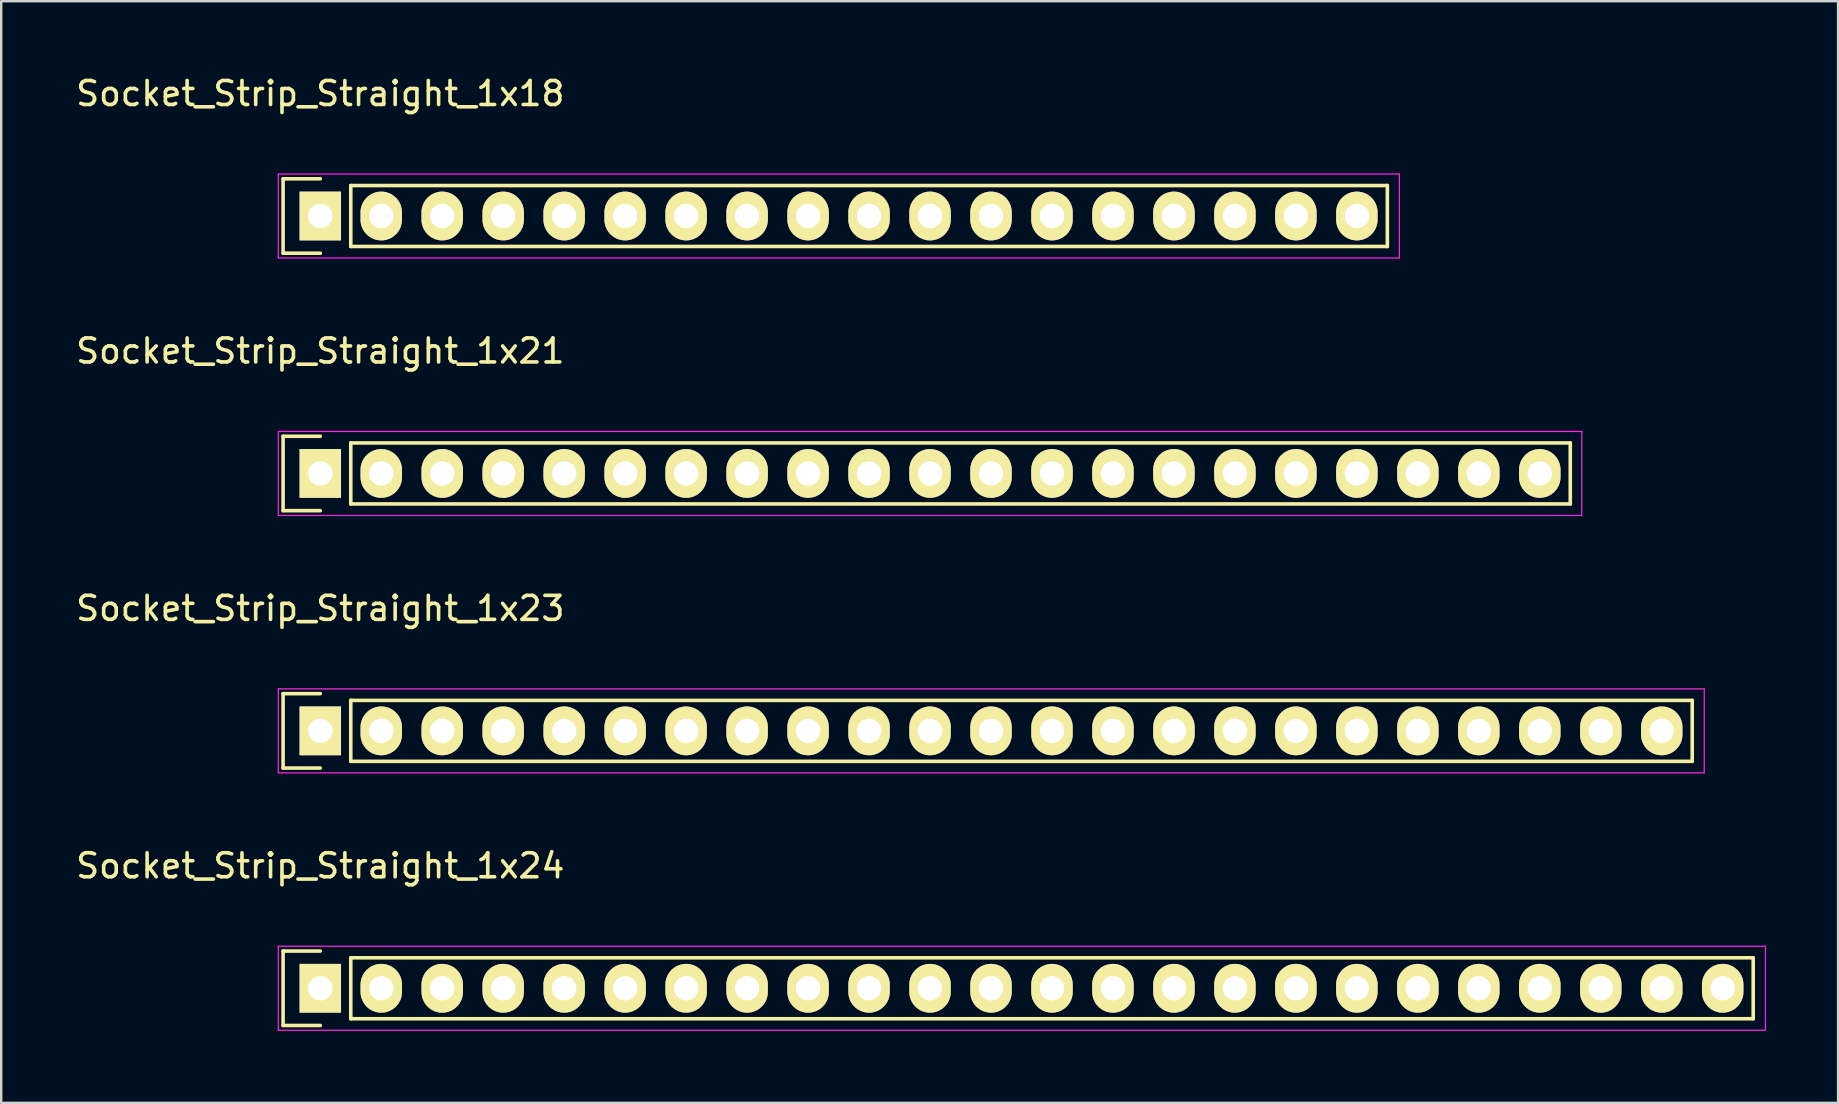
<source format=kicad_pcb>
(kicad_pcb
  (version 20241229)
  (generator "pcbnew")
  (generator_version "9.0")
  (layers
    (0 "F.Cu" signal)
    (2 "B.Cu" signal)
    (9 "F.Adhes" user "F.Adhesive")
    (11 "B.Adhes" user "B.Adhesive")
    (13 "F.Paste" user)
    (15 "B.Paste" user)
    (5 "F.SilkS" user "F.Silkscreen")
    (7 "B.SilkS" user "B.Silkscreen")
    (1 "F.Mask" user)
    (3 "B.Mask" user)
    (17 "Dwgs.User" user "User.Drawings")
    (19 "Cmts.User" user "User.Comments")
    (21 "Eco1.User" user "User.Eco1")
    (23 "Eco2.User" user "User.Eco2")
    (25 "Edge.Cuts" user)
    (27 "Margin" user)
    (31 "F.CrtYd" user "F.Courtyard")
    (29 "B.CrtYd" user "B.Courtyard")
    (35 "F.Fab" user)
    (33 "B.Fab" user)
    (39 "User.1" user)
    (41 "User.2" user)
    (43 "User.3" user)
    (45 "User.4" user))
  (footprint "Socket_Strip_Straight_1x24"
    (layer "F.Cu")
    (at 10.292 38.118)
    (property "Reference" "Socket_Strip_Straight_1x24" (at 0 -5.1 0) (layer "F.SilkS") (effects (font (size 1 1) (thickness 0.15))))
    (attr through_hole)
    (fp_line (start -1.55 -1.55) (end -1.55 1.55) (stroke (width 0.15) (type solid)) (layer "F.SilkS"))
    (fp_line (start -1.55 1.55) (end 0 1.55) (stroke (width 0.15) (type solid)) (layer "F.SilkS"))
    (fp_line (start 0 -1.55) (end -1.55 -1.55) (stroke (width 0.15) (type solid)) (layer "F.SilkS"))
    (fp_line (start 1.27 -1.27) (end 59.69 -1.27) (stroke (width 0.15) (type solid)) (layer "F.SilkS"))
    (fp_line (start 1.27 1.27) (end 1.27 -1.27) (stroke (width 0.15) (type solid)) (layer "F.SilkS"))
    (fp_line (start 1.27 1.27) (end 59.69 1.27) (stroke (width 0.15) (type solid)) (layer "F.SilkS"))
    (fp_line (start 59.69 -1.27) (end 59.69 1.27) (stroke (width 0.15) (type solid)) (layer "F.SilkS"))
    (fp_line (start -1.75 -1.75) (end -1.75 1.75) (stroke (width 0.05) (type solid)) (layer "F.CrtYd"))
    (fp_line (start -1.75 -1.75) (end 60.2 -1.75) (stroke (width 0.05) (type solid)) (layer "F.CrtYd"))
    (fp_line (start -1.75 1.75) (end 60.2 1.75) (stroke (width 0.05) (type solid)) (layer "F.CrtYd"))
    (fp_line (start 60.2 -1.75) (end 60.2 1.75) (stroke (width 0.05) (type solid)) (layer "F.CrtYd"))
    (pad "1" thru_hole rect (at 0 0) (size 1.727 2.032) (drill 1.016) (layers "*.Cu" "*.Mask" "F.SilkS"))
    (pad "2" thru_hole oval (at 2.54 0) (size 1.727 2.032) (drill 1.016) (layers "*.Cu" "*.Mask" "F.SilkS"))
    (pad "3" thru_hole oval (at 5.08 0) (size 1.727 2.032) (drill 1.016) (layers "*.Cu" "*.Mask" "F.SilkS"))
    (pad "4" thru_hole oval (at 7.62 0) (size 1.727 2.032) (drill 1.016) (layers "*.Cu" "*.Mask" "F.SilkS"))
    (pad "5" thru_hole oval (at 10.16 0) (size 1.727 2.032) (drill 1.016) (layers "*.Cu" "*.Mask" "F.SilkS"))
    (pad "6" thru_hole oval (at 12.7 0) (size 1.727 2.032) (drill 1.016) (layers "*.Cu" "*.Mask" "F.SilkS"))
    (pad "7" thru_hole oval (at 15.24 0) (size 1.727 2.032) (drill 1.016) (layers "*.Cu" "*.Mask" "F.SilkS"))
    (pad "8" thru_hole oval (at 17.78 0) (size 1.727 2.032) (drill 1.016) (layers "*.Cu" "*.Mask" "F.SilkS"))
    (pad "9" thru_hole oval (at 20.32 0) (size 1.727 2.032) (drill 1.016) (layers "*.Cu" "*.Mask" "F.SilkS"))
    (pad "10" thru_hole oval (at 22.86 0) (size 1.727 2.032) (drill 1.016) (layers "*.Cu" "*.Mask" "F.SilkS"))
    (pad "11" thru_hole oval (at 25.4 0) (size 1.727 2.032) (drill 1.016) (layers "*.Cu" "*.Mask" "F.SilkS"))
    (pad "12" thru_hole oval (at 27.94 0) (size 1.727 2.032) (drill 1.016) (layers "*.Cu" "*.Mask" "F.SilkS"))
    (pad "13" thru_hole oval (at 30.48 0) (size 1.727 2.032) (drill 1.016) (layers "*.Cu" "*.Mask" "F.SilkS"))
    (pad "14" thru_hole oval (at 33.02 0) (size 1.727 2.032) (drill 1.016) (layers "*.Cu" "*.Mask" "F.SilkS"))
    (pad "15" thru_hole oval (at 35.56 0) (size 1.727 2.032) (drill 1.016) (layers "*.Cu" "*.Mask" "F.SilkS"))
    (pad "16" thru_hole oval (at 38.1 0) (size 1.727 2.032) (drill 1.016) (layers "*.Cu" "*.Mask" "F.SilkS"))
    (pad "17" thru_hole oval (at 40.64 0) (size 1.727 2.032) (drill 1.016) (layers "*.Cu" "*.Mask" "F.SilkS"))
    (pad "18" thru_hole oval (at 43.18 0) (size 1.727 2.032) (drill 1.016) (layers "*.Cu" "*.Mask" "F.SilkS"))
    (pad "19" thru_hole oval (at 45.72 0) (size 1.727 2.032) (drill 1.016) (layers "*.Cu" "*.Mask" "F.SilkS"))
    (pad "20" thru_hole oval (at 48.26 0) (size 1.727 2.032) (drill 1.016) (layers "*.Cu" "*.Mask" "F.SilkS"))
    (pad "21" thru_hole oval (at 50.8 0) (size 1.727 2.032) (drill 1.016) (layers "*.Cu" "*.Mask" "F.SilkS"))
    (pad "22" thru_hole oval (at 53.34 0) (size 1.727 2.032) (drill 1.016) (layers "*.Cu" "*.Mask" "F.SilkS"))
    (pad "23" thru_hole oval (at 55.88 0) (size 1.727 2.032) (drill 1.016) (layers "*.Cu" "*.Mask" "F.SilkS"))
    (pad "24" thru_hole oval (at 58.42 0) (size 1.727 2.032) (drill 1.016) (layers "*.Cu" "*.Mask" "F.SilkS")))
  (footprint "Socket_Strip_Straight_1x23"
    (layer "F.Cu")
    (at 10.292 27.395)
    (property "Reference" "Socket_Strip_Straight_1x23" (at 0 -5.1 0) (layer "F.SilkS") (effects (font (size 1 1) (thickness 0.15))))
    (attr through_hole)
    (fp_line (start -1.55 -1.55) (end -1.55 1.55) (stroke (width 0.15) (type solid)) (layer "F.SilkS"))
    (fp_line (start -1.55 1.55) (end 0 1.55) (stroke (width 0.15) (type solid)) (layer "F.SilkS"))
    (fp_line (start 0 -1.55) (end -1.55 -1.55) (stroke (width 0.15) (type solid)) (layer "F.SilkS"))
    (fp_line (start 1.27 -1.27) (end 57.15 -1.27) (stroke (width 0.15) (type solid)) (layer "F.SilkS"))
    (fp_line (start 1.27 1.27) (end 1.27 -1.27) (stroke (width 0.15) (type solid)) (layer "F.SilkS"))
    (fp_line (start 57.15 -1.27) (end 57.15 1.27) (stroke (width 0.15) (type solid)) (layer "F.SilkS"))
    (fp_line (start 57.15 1.27) (end 1.27 1.27) (stroke (width 0.15) (type solid)) (layer "F.SilkS"))
    (fp_line (start -1.75 -1.75) (end -1.75 1.75) (stroke (width 0.05) (type solid)) (layer "F.CrtYd"))
    (fp_line (start -1.75 -1.75) (end 57.65 -1.75) (stroke (width 0.05) (type solid)) (layer "F.CrtYd"))
    (fp_line (start -1.75 1.75) (end 57.65 1.75) (stroke (width 0.05) (type solid)) (layer "F.CrtYd"))
    (fp_line (start 57.65 -1.75) (end 57.65 1.75) (stroke (width 0.05) (type solid)) (layer "F.CrtYd"))
    (pad "1" thru_hole rect (at 0 0) (size 1.727 2.032) (drill 1.016) (layers "*.Cu" "*.Mask" "F.SilkS"))
    (pad "2" thru_hole oval (at 2.54 0) (size 1.727 2.032) (drill 1.016) (layers "*.Cu" "*.Mask" "F.SilkS"))
    (pad "3" thru_hole oval (at 5.08 0) (size 1.727 2.032) (drill 1.016) (layers "*.Cu" "*.Mask" "F.SilkS"))
    (pad "4" thru_hole oval (at 7.62 0) (size 1.727 2.032) (drill 1.016) (layers "*.Cu" "*.Mask" "F.SilkS"))
    (pad "5" thru_hole oval (at 10.16 0) (size 1.727 2.032) (drill 1.016) (layers "*.Cu" "*.Mask" "F.SilkS"))
    (pad "6" thru_hole oval (at 12.7 0) (size 1.727 2.032) (drill 1.016) (layers "*.Cu" "*.Mask" "F.SilkS"))
    (pad "7" thru_hole oval (at 15.24 0) (size 1.727 2.032) (drill 1.016) (layers "*.Cu" "*.Mask" "F.SilkS"))
    (pad "8" thru_hole oval (at 17.78 0) (size 1.727 2.032) (drill 1.016) (layers "*.Cu" "*.Mask" "F.SilkS"))
    (pad "9" thru_hole oval (at 20.32 0) (size 1.727 2.032) (drill 1.016) (layers "*.Cu" "*.Mask" "F.SilkS"))
    (pad "10" thru_hole oval (at 22.86 0) (size 1.727 2.032) (drill 1.016) (layers "*.Cu" "*.Mask" "F.SilkS"))
    (pad "11" thru_hole oval (at 25.4 0) (size 1.727 2.032) (drill 1.016) (layers "*.Cu" "*.Mask" "F.SilkS"))
    (pad "12" thru_hole oval (at 27.94 0) (size 1.727 2.032) (drill 1.016) (layers "*.Cu" "*.Mask" "F.SilkS"))
    (pad "13" thru_hole oval (at 30.48 0) (size 1.727 2.032) (drill 1.016) (layers "*.Cu" "*.Mask" "F.SilkS"))
    (pad "14" thru_hole oval (at 33.02 0) (size 1.727 2.032) (drill 1.016) (layers "*.Cu" "*.Mask" "F.SilkS"))
    (pad "15" thru_hole oval (at 35.56 0) (size 1.727 2.032) (drill 1.016) (layers "*.Cu" "*.Mask" "F.SilkS"))
    (pad "16" thru_hole oval (at 38.1 0) (size 1.727 2.032) (drill 1.016) (layers "*.Cu" "*.Mask" "F.SilkS"))
    (pad "17" thru_hole oval (at 40.64 0) (size 1.727 2.032) (drill 1.016) (layers "*.Cu" "*.Mask" "F.SilkS"))
    (pad "18" thru_hole oval (at 43.18 0) (size 1.727 2.032) (drill 1.016) (layers "*.Cu" "*.Mask" "F.SilkS"))
    (pad "19" thru_hole oval (at 45.72 0) (size 1.727 2.032) (drill 1.016) (layers "*.Cu" "*.Mask" "F.SilkS"))
    (pad "20" thru_hole oval (at 48.26 0) (size 1.727 2.032) (drill 1.016) (layers "*.Cu" "*.Mask" "F.SilkS"))
    (pad "21" thru_hole oval (at 50.8 0) (size 1.727 2.032) (drill 1.016) (layers "*.Cu" "*.Mask" "F.SilkS"))
    (pad "22" thru_hole oval (at 53.34 0) (size 1.727 2.032) (drill 1.016) (layers "*.Cu" "*.Mask" "F.SilkS"))
    (pad "23" thru_hole oval (at 55.88 0) (size 1.727 2.032) (drill 1.016) (layers "*.Cu" "*.Mask" "F.SilkS")))
  (footprint "Socket_Strip_Straight_1x18"
    (layer "F.Cu")
    (at 10.292 5.948)
    (property "Reference" "Socket_Strip_Straight_1x18" (at 0 -5.1 0) (layer "F.SilkS") (effects (font (size 1 1) (thickness 0.15))))
    (attr through_hole)
    (fp_line (start -1.55 -1.55) (end -1.55 1.55) (stroke (width 0.15) (type solid)) (layer "F.SilkS"))
    (fp_line (start -1.55 1.55) (end 0 1.55) (stroke (width 0.15) (type solid)) (layer "F.SilkS"))
    (fp_line (start 0 -1.55) (end -1.55 -1.55) (stroke (width 0.15) (type solid)) (layer "F.SilkS"))
    (fp_line (start 1.27 1.27) (end 1.27 -1.27) (stroke (width 0.15) (type solid)) (layer "F.SilkS"))
    (fp_line (start 1.27 1.27) (end 44.45 1.27) (stroke (width 0.15) (type solid)) (layer "F.SilkS"))
    (fp_line (start 44.45 -1.27) (end 1.27 -1.27) (stroke (width 0.15) (type solid)) (layer "F.SilkS"))
    (fp_line (start 44.45 1.27) (end 44.45 -1.27) (stroke (width 0.15) (type solid)) (layer "F.SilkS"))
    (fp_line (start -1.75 -1.75) (end -1.75 1.75) (stroke (width 0.05) (type solid)) (layer "F.CrtYd"))
    (fp_line (start -1.75 -1.75) (end 44.95 -1.75) (stroke (width 0.05) (type solid)) (layer "F.CrtYd"))
    (fp_line (start -1.75 1.75) (end 44.95 1.75) (stroke (width 0.05) (type solid)) (layer "F.CrtYd"))
    (fp_line (start 44.95 -1.75) (end 44.95 1.75) (stroke (width 0.05) (type solid)) (layer "F.CrtYd"))
    (pad "1" thru_hole rect (at 0 0) (size 1.727 2.032) (drill 1.016) (layers "*.Cu" "*.Mask" "F.SilkS"))
    (pad "2" thru_hole oval (at 2.54 0) (size 1.727 2.032) (drill 1.016) (layers "*.Cu" "*.Mask" "F.SilkS"))
    (pad "3" thru_hole oval (at 5.08 0) (size 1.727 2.032) (drill 1.016) (layers "*.Cu" "*.Mask" "F.SilkS"))
    (pad "4" thru_hole oval (at 7.62 0) (size 1.727 2.032) (drill 1.016) (layers "*.Cu" "*.Mask" "F.SilkS"))
    (pad "5" thru_hole oval (at 10.16 0) (size 1.727 2.032) (drill 1.016) (layers "*.Cu" "*.Mask" "F.SilkS"))
    (pad "6" thru_hole oval (at 12.7 0) (size 1.727 2.032) (drill 1.016) (layers "*.Cu" "*.Mask" "F.SilkS"))
    (pad "7" thru_hole oval (at 15.24 0) (size 1.727 2.032) (drill 1.016) (layers "*.Cu" "*.Mask" "F.SilkS"))
    (pad "8" thru_hole oval (at 17.78 0) (size 1.727 2.032) (drill 1.016) (layers "*.Cu" "*.Mask" "F.SilkS"))
    (pad "9" thru_hole oval (at 20.32 0) (size 1.727 2.032) (drill 1.016) (layers "*.Cu" "*.Mask" "F.SilkS"))
    (pad "10" thru_hole oval (at 22.86 0) (size 1.727 2.032) (drill 1.016) (layers "*.Cu" "*.Mask" "F.SilkS"))
    (pad "11" thru_hole oval (at 25.4 0) (size 1.727 2.032) (drill 1.016) (layers "*.Cu" "*.Mask" "F.SilkS"))
    (pad "12" thru_hole oval (at 27.94 0) (size 1.727 2.032) (drill 1.016) (layers "*.Cu" "*.Mask" "F.SilkS"))
    (pad "13" thru_hole oval (at 30.48 0) (size 1.727 2.032) (drill 1.016) (layers "*.Cu" "*.Mask" "F.SilkS"))
    (pad "14" thru_hole oval (at 33.02 0) (size 1.727 2.032) (drill 1.016) (layers "*.Cu" "*.Mask" "F.SilkS"))
    (pad "15" thru_hole oval (at 35.56 0) (size 1.727 2.032) (drill 1.016) (layers "*.Cu" "*.Mask" "F.SilkS"))
    (pad "16" thru_hole oval (at 38.1 0) (size 1.727 2.032) (drill 1.016) (layers "*.Cu" "*.Mask" "F.SilkS"))
    (pad "17" thru_hole oval (at 40.64 0) (size 1.727 2.032) (drill 1.016) (layers "*.Cu" "*.Mask" "F.SilkS"))
    (pad "18" thru_hole oval (at 43.18 0) (size 1.727 2.032) (drill 1.016) (layers "*.Cu" "*.Mask" "F.SilkS")))
  (footprint "Socket_Strip_Straight_1x21"
    (layer "F.Cu")
    (at 10.292 16.672)
    (property "Reference" "Socket_Strip_Straight_1x21" (at 0 -5.1 0) (layer "F.SilkS") (effects (font (size 1 1) (thickness 0.15))))
    (attr through_hole)
    (fp_line (start -1.55 -1.55) (end -1.55 1.55) (stroke (width 0.15) (type solid)) (layer "F.SilkS"))
    (fp_line (start -1.55 1.55) (end 0 1.55) (stroke (width 0.15) (type solid)) (layer "F.SilkS"))
    (fp_line (start 0 -1.55) (end -1.55 -1.55) (stroke (width 0.15) (type solid)) (layer "F.SilkS"))
    (fp_line (start 1.27 1.27) (end 1.27 -1.27) (stroke (width 0.15) (type solid)) (layer "F.SilkS"))
    (fp_line (start 1.27 1.27) (end 52.07 1.27) (stroke (width 0.15) (type solid)) (layer "F.SilkS"))
    (fp_line (start 52.07 -1.27) (end 1.27 -1.27) (stroke (width 0.15) (type solid)) (layer "F.SilkS"))
    (fp_line (start 52.07 1.27) (end 52.07 -1.27) (stroke (width 0.15) (type solid)) (layer "F.SilkS"))
    (fp_line (start -1.75 -1.75) (end -1.75 1.75) (stroke (width 0.05) (type solid)) (layer "F.CrtYd"))
    (fp_line (start -1.75 -1.75) (end 52.55 -1.75) (stroke (width 0.05) (type solid)) (layer "F.CrtYd"))
    (fp_line (start -1.75 1.75) (end 52.55 1.75) (stroke (width 0.05) (type solid)) (layer "F.CrtYd"))
    (fp_line (start 52.55 -1.75) (end 52.55 1.75) (stroke (width 0.05) (type solid)) (layer "F.CrtYd"))
    (pad "1" thru_hole rect (at 0 0) (size 1.727 2.032) (drill 1.016) (layers "*.Cu" "*.Mask" "F.SilkS"))
    (pad "2" thru_hole oval (at 2.54 0) (size 1.727 2.032) (drill 1.016) (layers "*.Cu" "*.Mask" "F.SilkS"))
    (pad "3" thru_hole oval (at 5.08 0) (size 1.727 2.032) (drill 1.016) (layers "*.Cu" "*.Mask" "F.SilkS"))
    (pad "4" thru_hole oval (at 7.62 0) (size 1.727 2.032) (drill 1.016) (layers "*.Cu" "*.Mask" "F.SilkS"))
    (pad "5" thru_hole oval (at 10.16 0) (size 1.727 2.032) (drill 1.016) (layers "*.Cu" "*.Mask" "F.SilkS"))
    (pad "6" thru_hole oval (at 12.7 0) (size 1.727 2.032) (drill 1.016) (layers "*.Cu" "*.Mask" "F.SilkS"))
    (pad "7" thru_hole oval (at 15.24 0) (size 1.727 2.032) (drill 1.016) (layers "*.Cu" "*.Mask" "F.SilkS"))
    (pad "8" thru_hole oval (at 17.78 0) (size 1.727 2.032) (drill 1.016) (layers "*.Cu" "*.Mask" "F.SilkS"))
    (pad "9" thru_hole oval (at 20.32 0) (size 1.727 2.032) (drill 1.016) (layers "*.Cu" "*.Mask" "F.SilkS"))
    (pad "10" thru_hole oval (at 22.86 0) (size 1.727 2.032) (drill 1.016) (layers "*.Cu" "*.Mask" "F.SilkS"))
    (pad "11" thru_hole oval (at 25.4 0) (size 1.727 2.032) (drill 1.016) (layers "*.Cu" "*.Mask" "F.SilkS"))
    (pad "12" thru_hole oval (at 27.94 0) (size 1.727 2.032) (drill 1.016) (layers "*.Cu" "*.Mask" "F.SilkS"))
    (pad "13" thru_hole oval (at 30.48 0) (size 1.727 2.032) (drill 1.016) (layers "*.Cu" "*.Mask" "F.SilkS"))
    (pad "14" thru_hole oval (at 33.02 0) (size 1.727 2.032) (drill 1.016) (layers "*.Cu" "*.Mask" "F.SilkS"))
    (pad "15" thru_hole oval (at 35.56 0) (size 1.727 2.032) (drill 1.016) (layers "*.Cu" "*.Mask" "F.SilkS"))
    (pad "16" thru_hole oval (at 38.1 0) (size 1.727 2.032) (drill 1.016) (layers "*.Cu" "*.Mask" "F.SilkS"))
    (pad "17" thru_hole oval (at 40.64 0) (size 1.727 2.032) (drill 1.016) (layers "*.Cu" "*.Mask" "F.SilkS"))
    (pad "18" thru_hole oval (at 43.18 0) (size 1.727 2.032) (drill 1.016) (layers "*.Cu" "*.Mask" "F.SilkS"))
    (pad "19" thru_hole oval (at 45.72 0) (size 1.727 2.032) (drill 1.016) (layers "*.Cu" "*.Mask" "F.SilkS"))
    (pad "20" thru_hole oval (at 48.26 0) (size 1.727 2.032) (drill 1.016) (layers "*.Cu" "*.Mask" "F.SilkS"))
    (pad "21" thru_hole oval (at 50.8 0) (size 1.727 2.032) (drill 1.016) (layers "*.Cu" "*.Mask" "F.SilkS")))
  (gr_rect
    (start -3 -3)
    (end 73.517 42.893)
    (stroke (width 0.1) (type default))
    (fill no)
    (layer "Edge.Cuts")))
</source>
